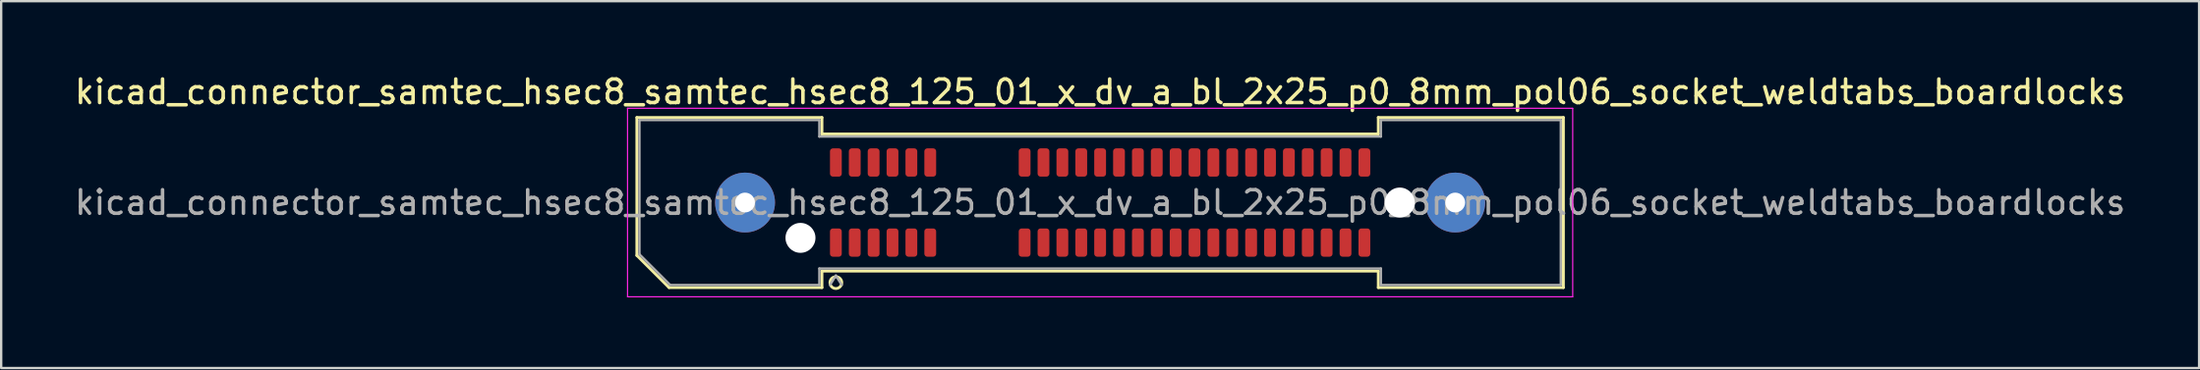
<source format=kicad_pcb>
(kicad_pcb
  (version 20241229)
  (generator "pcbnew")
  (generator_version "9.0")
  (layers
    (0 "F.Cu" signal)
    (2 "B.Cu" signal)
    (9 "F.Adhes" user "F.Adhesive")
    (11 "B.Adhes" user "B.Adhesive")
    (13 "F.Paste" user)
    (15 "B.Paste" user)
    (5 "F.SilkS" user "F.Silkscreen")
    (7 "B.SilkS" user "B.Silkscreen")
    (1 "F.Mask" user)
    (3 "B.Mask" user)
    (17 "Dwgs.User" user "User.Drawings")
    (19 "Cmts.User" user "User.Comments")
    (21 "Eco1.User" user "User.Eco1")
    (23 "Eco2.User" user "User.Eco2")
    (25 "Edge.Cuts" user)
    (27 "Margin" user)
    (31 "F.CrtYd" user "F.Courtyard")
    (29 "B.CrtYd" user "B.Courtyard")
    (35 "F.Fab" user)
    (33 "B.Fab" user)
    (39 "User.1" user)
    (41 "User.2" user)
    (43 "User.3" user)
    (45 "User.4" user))
  (footprint "kicad_connector_samtec_hsec8_samtec_hsec8_125_01_x_dv_a_bl_2x25_p0_8mm_pol06_socket_weldtabs_boardlocks"
    (layer "F.Cu")
    (at 43.577 5.548)
    (property "Reference" "kicad_connector_samtec_hsec8_samtec_hsec8_125_01_x_dv_a_bl_2x25_p0_8mm_pol06_socket_weldtabs_boardlocks" (at 0 -4.7 0) (layer "F.SilkS") (effects (font (size 1 1) (thickness 0.15))))
    (attr smd)
    (fp_line (start -19.635 -3.61) (end -11.79 -3.61) (stroke (width 0.12) (type solid)) (layer "F.SilkS"))
    (fp_line (start -19.635 2.246) (end -19.635 -3.61) (stroke (width 0.12) (type solid)) (layer "F.SilkS"))
    (fp_line (start -18.271 3.61) (end -19.635 2.246) (stroke (width 0.12) (type solid)) (layer "F.SilkS"))
    (fp_line (start -11.79 -3.61) (end -11.79 -2.91) (stroke (width 0.12) (type solid)) (layer "F.SilkS"))
    (fp_line (start -11.79 -2.91) (end 11.79 -2.91) (stroke (width 0.12) (type solid)) (layer "F.SilkS"))
    (fp_line (start -11.79 2.91) (end -11.79 3.61) (stroke (width 0.12) (type solid)) (layer "F.SilkS"))
    (fp_line (start -11.79 3.61) (end -18.271 3.61) (stroke (width 0.12) (type solid)) (layer "F.SilkS"))
    (fp_line (start 11.79 -3.61) (end 19.635 -3.61) (stroke (width 0.12) (type solid)) (layer "F.SilkS"))
    (fp_line (start 11.79 -2.91) (end 11.79 -3.61) (stroke (width 0.12) (type solid)) (layer "F.SilkS"))
    (fp_line (start 11.79 2.91) (end -11.79 2.91) (stroke (width 0.12) (type solid)) (layer "F.SilkS"))
    (fp_line (start 11.79 3.61) (end 11.79 2.91) (stroke (width 0.12) (type solid)) (layer "F.SilkS"))
    (fp_line (start 19.635 -3.61) (end 19.635 3.61) (stroke (width 0.12) (type solid)) (layer "F.SilkS"))
    (fp_line (start 19.635 3.61) (end 11.79 3.61) (stroke (width 0.12) (type solid)) (layer "F.SilkS"))
    (fp_circle (center -11.2 3.4) (end -10.95 3.4) (stroke (width 0.12) (type solid)) (fill no) (layer "F.SilkS"))
    (fp_line (start -20.03 -4) (end -20.03 4) (stroke (width 0.05) (type solid)) (layer "F.CrtYd"))
    (fp_line (start -20.03 4) (end 20.03 4) (stroke (width 0.05) (type solid)) (layer "F.CrtYd"))
    (fp_line (start 20.03 -4) (end -20.03 -4) (stroke (width 0.05) (type solid)) (layer "F.CrtYd"))
    (fp_line (start 20.03 4) (end 20.03 -4) (stroke (width 0.05) (type solid)) (layer "F.CrtYd"))
    (fp_line (start -19.525 -3.5) (end -11.9 -3.5) (stroke (width 0.1) (type solid)) (layer "F.Fab"))
    (fp_line (start -19.525 2.2) (end -19.525 -3.5) (stroke (width 0.1) (type solid)) (layer "F.Fab"))
    (fp_line (start -18.225 3.5) (end -19.525 2.2) (stroke (width 0.1) (type solid)) (layer "F.Fab"))
    (fp_line (start -11.9 -3.5) (end -11.9 -2.8) (stroke (width 0.1) (type solid)) (layer "F.Fab"))
    (fp_line (start -11.9 -2.8) (end 11.9 -2.8) (stroke (width 0.1) (type solid)) (layer "F.Fab"))
    (fp_line (start -11.9 2.8) (end -11.9 3.5) (stroke (width 0.1) (type solid)) (layer "F.Fab"))
    (fp_line (start -11.9 3.5) (end -18.225 3.5) (stroke (width 0.1) (type solid)) (layer "F.Fab"))
    (fp_line (start -11.2 3.1) (end -11.45 3.5) (stroke (width 0.1) (type solid)) (layer "F.Fab"))
    (fp_line (start -11.2 3.1) (end -10.95 3.5) (stroke (width 0.1) (type solid)) (layer "F.Fab"))
    (fp_line (start 11.9 -3.5) (end 19.525 -3.5) (stroke (width 0.1) (type solid)) (layer "F.Fab"))
    (fp_line (start 11.9 -2.8) (end 11.9 -3.5) (stroke (width 0.1) (type solid)) (layer "F.Fab"))
    (fp_line (start 11.9 2.8) (end -11.9 2.8) (stroke (width 0.1) (type solid)) (layer "F.Fab"))
    (fp_line (start 11.9 3.5) (end 11.9 2.8) (stroke (width 0.1) (type solid)) (layer "F.Fab"))
    (fp_line (start 19.525 -3.5) (end 19.525 3.5) (stroke (width 0.1) (type solid)) (layer "F.Fab"))
    (fp_line (start 19.525 3.5) (end 11.9 3.5) (stroke (width 0.1) (type solid)) (layer "F.Fab"))
    (fp_text user "${REFERENCE}" (at 0 0 0) (layer "F.Fab") (effects (font (size 1 1) (thickness 0.15))))
    (pad "" thru_hole circle (at -15.05 0) (size 2.54 2.54) (drill 0.84) (layers "*.Cu" "*.Mask" "F.Paste"))
    (pad "" np_thru_hole circle (at -12.7 1.5) (size 1.27 1.27) (drill 1.27) (layers "*.Cu" "*.Mask"))
    (pad "" np_thru_hole circle (at 12.7 0) (size 1.27 1.27) (drill 1.27) (layers "*.Cu" "*.Mask"))
    (pad "" thru_hole circle (at 15.05 0) (size 2.54 2.54) (drill 0.84) (layers "*.Cu" "*.Mask" "F.Paste"))
    (pad "1" smd roundrect (at -11.2 1.7) (size 0.5 1.2) (layers "F.Cu" "F.Mask" "F.Paste") (roundrect_rratio 0.25))
    (pad "2" smd roundrect (at -11.2 -1.7) (size 0.5 1.2) (layers "F.Cu" "F.Mask" "F.Paste") (roundrect_rratio 0.25))
    (pad "3" smd roundrect (at -10.4 1.7) (size 0.5 1.2) (layers "F.Cu" "F.Mask" "F.Paste") (roundrect_rratio 0.25))
    (pad "4" smd roundrect (at -10.4 -1.7) (size 0.5 1.2) (layers "F.Cu" "F.Mask" "F.Paste") (roundrect_rratio 0.25))
    (pad "5" smd roundrect (at -9.6 1.7) (size 0.5 1.2) (layers "F.Cu" "F.Mask" "F.Paste") (roundrect_rratio 0.25))
    (pad "6" smd roundrect (at -9.6 -1.7) (size 0.5 1.2) (layers "F.Cu" "F.Mask" "F.Paste") (roundrect_rratio 0.25))
    (pad "7" smd roundrect (at -8.8 1.7) (size 0.5 1.2) (layers "F.Cu" "F.Mask" "F.Paste") (roundrect_rratio 0.25))
    (pad "8" smd roundrect (at -8.8 -1.7) (size 0.5 1.2) (layers "F.Cu" "F.Mask" "F.Paste") (roundrect_rratio 0.25))
    (pad "9" smd roundrect (at -8 1.7) (size 0.5 1.2) (layers "F.Cu" "F.Mask" "F.Paste") (roundrect_rratio 0.25))
    (pad "10" smd roundrect (at -8 -1.7) (size 0.5 1.2) (layers "F.Cu" "F.Mask" "F.Paste") (roundrect_rratio 0.25))
    (pad "11" smd roundrect (at -7.2 1.7) (size 0.5 1.2) (layers "F.Cu" "F.Mask" "F.Paste") (roundrect_rratio 0.25))
    (pad "12" smd roundrect (at -7.2 -1.7) (size 0.5 1.2) (layers "F.Cu" "F.Mask" "F.Paste") (roundrect_rratio 0.25))
    (pad "13" smd roundrect (at -3.2 1.7) (size 0.5 1.2) (layers "F.Cu" "F.Mask" "F.Paste") (roundrect_rratio 0.25))
    (pad "14" smd roundrect (at -3.2 -1.7) (size 0.5 1.2) (layers "F.Cu" "F.Mask" "F.Paste") (roundrect_rratio 0.25))
    (pad "15" smd roundrect (at -2.4 1.7) (size 0.5 1.2) (layers "F.Cu" "F.Mask" "F.Paste") (roundrect_rratio 0.25))
    (pad "16" smd roundrect (at -2.4 -1.7) (size 0.5 1.2) (layers "F.Cu" "F.Mask" "F.Paste") (roundrect_rratio 0.25))
    (pad "17" smd roundrect (at -1.6 1.7) (size 0.5 1.2) (layers "F.Cu" "F.Mask" "F.Paste") (roundrect_rratio 0.25))
    (pad "18" smd roundrect (at -1.6 -1.7) (size 0.5 1.2) (layers "F.Cu" "F.Mask" "F.Paste") (roundrect_rratio 0.25))
    (pad "19" smd roundrect (at -0.8 1.7) (size 0.5 1.2) (layers "F.Cu" "F.Mask" "F.Paste") (roundrect_rratio 0.25))
    (pad "20" smd roundrect (at -0.8 -1.7) (size 0.5 1.2) (layers "F.Cu" "F.Mask" "F.Paste") (roundrect_rratio 0.25))
    (pad "21" smd roundrect (at 0 1.7) (size 0.5 1.2) (layers "F.Cu" "F.Mask" "F.Paste") (roundrect_rratio 0.25))
    (pad "22" smd roundrect (at 0 -1.7) (size 0.5 1.2) (layers "F.Cu" "F.Mask" "F.Paste") (roundrect_rratio 0.25))
    (pad "23" smd roundrect (at 0.8 1.7) (size 0.5 1.2) (layers "F.Cu" "F.Mask" "F.Paste") (roundrect_rratio 0.25))
    (pad "24" smd roundrect (at 0.8 -1.7) (size 0.5 1.2) (layers "F.Cu" "F.Mask" "F.Paste") (roundrect_rratio 0.25))
    (pad "25" smd roundrect (at 1.6 1.7) (size 0.5 1.2) (layers "F.Cu" "F.Mask" "F.Paste") (roundrect_rratio 0.25))
    (pad "26" smd roundrect (at 1.6 -1.7) (size 0.5 1.2) (layers "F.Cu" "F.Mask" "F.Paste") (roundrect_rratio 0.25))
    (pad "27" smd roundrect (at 2.4 1.7) (size 0.5 1.2) (layers "F.Cu" "F.Mask" "F.Paste") (roundrect_rratio 0.25))
    (pad "28" smd roundrect (at 2.4 -1.7) (size 0.5 1.2) (layers "F.Cu" "F.Mask" "F.Paste") (roundrect_rratio 0.25))
    (pad "29" smd roundrect (at 3.2 1.7) (size 0.5 1.2) (layers "F.Cu" "F.Mask" "F.Paste") (roundrect_rratio 0.25))
    (pad "30" smd roundrect (at 3.2 -1.7) (size 0.5 1.2) (layers "F.Cu" "F.Mask" "F.Paste") (roundrect_rratio 0.25))
    (pad "31" smd roundrect (at 4 1.7) (size 0.5 1.2) (layers "F.Cu" "F.Mask" "F.Paste") (roundrect_rratio 0.25))
    (pad "32" smd roundrect (at 4 -1.7) (size 0.5 1.2) (layers "F.Cu" "F.Mask" "F.Paste") (roundrect_rratio 0.25))
    (pad "33" smd roundrect (at 4.8 1.7) (size 0.5 1.2) (layers "F.Cu" "F.Mask" "F.Paste") (roundrect_rratio 0.25))
    (pad "34" smd roundrect (at 4.8 -1.7) (size 0.5 1.2) (layers "F.Cu" "F.Mask" "F.Paste") (roundrect_rratio 0.25))
    (pad "35" smd roundrect (at 5.6 1.7) (size 0.5 1.2) (layers "F.Cu" "F.Mask" "F.Paste") (roundrect_rratio 0.25))
    (pad "36" smd roundrect (at 5.6 -1.7) (size 0.5 1.2) (layers "F.Cu" "F.Mask" "F.Paste") (roundrect_rratio 0.25))
    (pad "37" smd roundrect (at 6.4 1.7) (size 0.5 1.2) (layers "F.Cu" "F.Mask" "F.Paste") (roundrect_rratio 0.25))
    (pad "38" smd roundrect (at 6.4 -1.7) (size 0.5 1.2) (layers "F.Cu" "F.Mask" "F.Paste") (roundrect_rratio 0.25))
    (pad "39" smd roundrect (at 7.2 1.7) (size 0.5 1.2) (layers "F.Cu" "F.Mask" "F.Paste") (roundrect_rratio 0.25))
    (pad "40" smd roundrect (at 7.2 -1.7) (size 0.5 1.2) (layers "F.Cu" "F.Mask" "F.Paste") (roundrect_rratio 0.25))
    (pad "41" smd roundrect (at 8 1.7) (size 0.5 1.2) (layers "F.Cu" "F.Mask" "F.Paste") (roundrect_rratio 0.25))
    (pad "42" smd roundrect (at 8 -1.7) (size 0.5 1.2) (layers "F.Cu" "F.Mask" "F.Paste") (roundrect_rratio 0.25))
    (pad "43" smd roundrect (at 8.8 1.7) (size 0.5 1.2) (layers "F.Cu" "F.Mask" "F.Paste") (roundrect_rratio 0.25))
    (pad "44" smd roundrect (at 8.8 -1.7) (size 0.5 1.2) (layers "F.Cu" "F.Mask" "F.Paste") (roundrect_rratio 0.25))
    (pad "45" smd roundrect (at 9.6 1.7) (size 0.5 1.2) (layers "F.Cu" "F.Mask" "F.Paste") (roundrect_rratio 0.25))
    (pad "46" smd roundrect (at 9.6 -1.7) (size 0.5 1.2) (layers "F.Cu" "F.Mask" "F.Paste") (roundrect_rratio 0.25))
    (pad "47" smd roundrect (at 10.4 1.7) (size 0.5 1.2) (layers "F.Cu" "F.Mask" "F.Paste") (roundrect_rratio 0.25))
    (pad "48" smd roundrect (at 10.4 -1.7) (size 0.5 1.2) (layers "F.Cu" "F.Mask" "F.Paste") (roundrect_rratio 0.25))
    (pad "49" smd roundrect (at 11.2 1.7) (size 0.5 1.2) (layers "F.Cu" "F.Mask" "F.Paste") (roundrect_rratio 0.25))
    (pad "50" smd roundrect (at 11.2 -1.7) (size 0.5 1.2) (layers "F.Cu" "F.Mask" "F.Paste") (roundrect_rratio 0.25)))
  (gr_rect
    (start -3 -3)
    (end 90.155 12.573)
    (stroke (width 0.1) (type default))
    (fill no)
    (layer "Edge.Cuts")))
</source>
